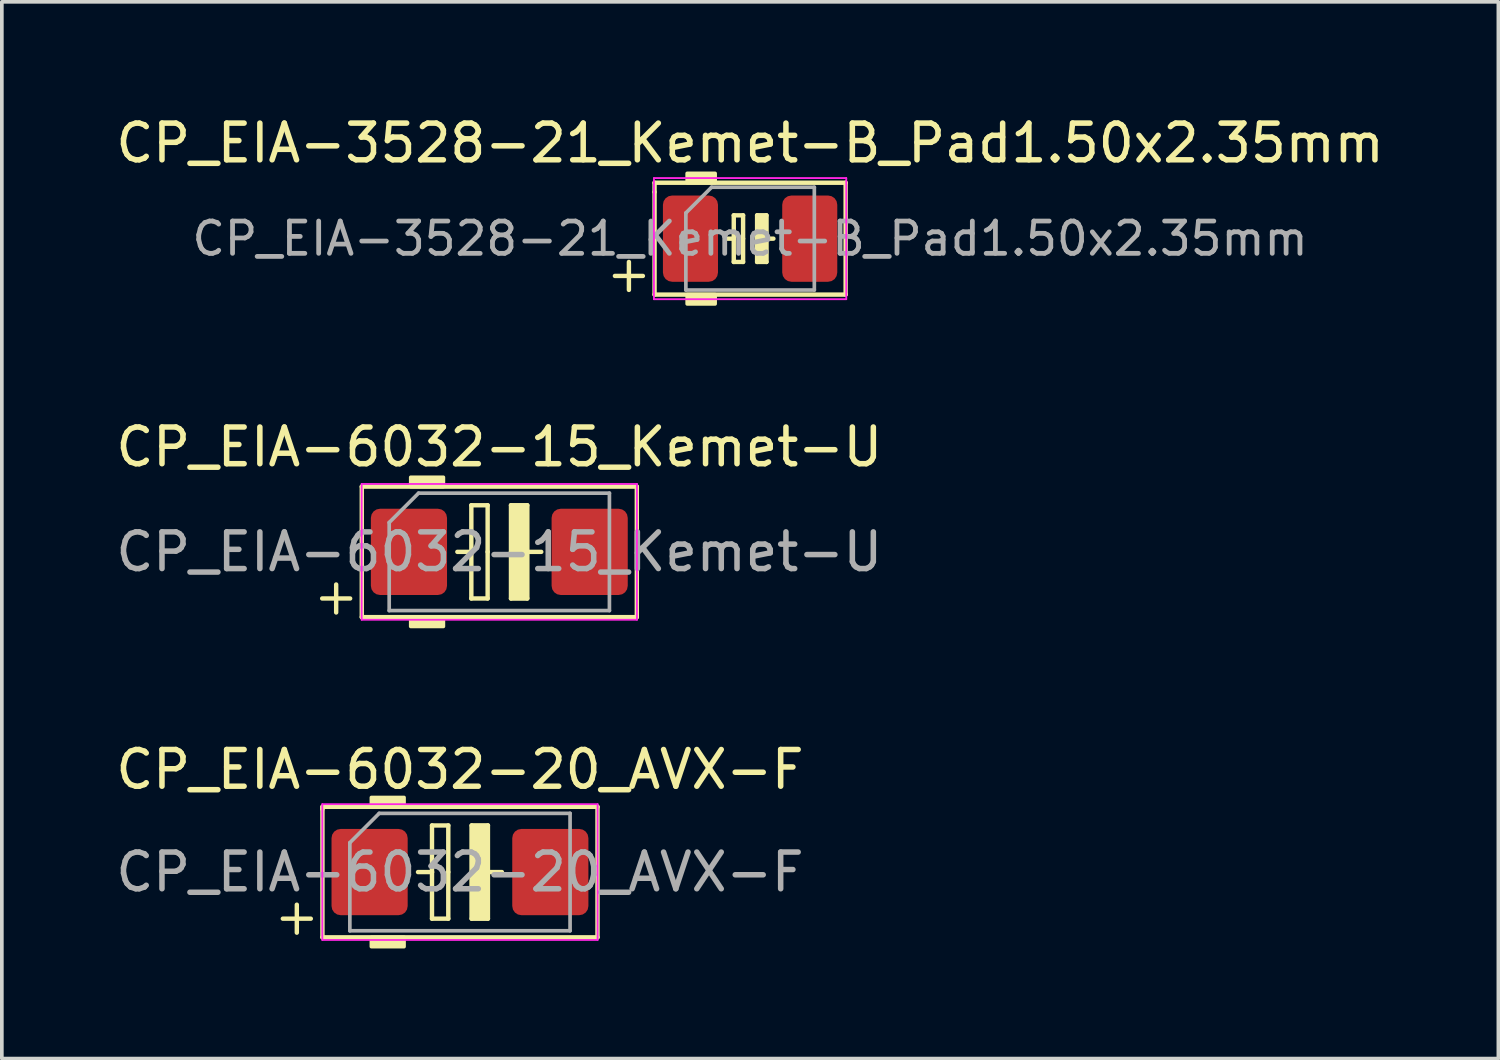
<source format=kicad_pcb>
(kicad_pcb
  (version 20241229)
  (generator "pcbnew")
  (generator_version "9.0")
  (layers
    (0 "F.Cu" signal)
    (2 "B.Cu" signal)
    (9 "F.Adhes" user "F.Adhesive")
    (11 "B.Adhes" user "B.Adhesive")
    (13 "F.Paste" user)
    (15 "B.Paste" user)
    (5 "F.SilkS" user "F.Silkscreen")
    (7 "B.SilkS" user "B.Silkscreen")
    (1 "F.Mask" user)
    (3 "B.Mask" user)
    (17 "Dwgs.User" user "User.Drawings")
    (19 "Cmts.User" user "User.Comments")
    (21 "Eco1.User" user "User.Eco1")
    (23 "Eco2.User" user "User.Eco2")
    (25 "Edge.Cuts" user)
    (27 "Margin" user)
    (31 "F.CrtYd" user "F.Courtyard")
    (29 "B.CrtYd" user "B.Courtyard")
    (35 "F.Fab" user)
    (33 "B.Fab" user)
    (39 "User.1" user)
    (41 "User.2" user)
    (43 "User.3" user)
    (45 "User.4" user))
  (footprint "CP_EIA-6032-20_AVX-F"
    (layer "F.Cu")
    (at 9.482 20.71)
    (property "Reference" "CP_EIA-6032-20_AVX-F" (at 0 -2.794 0) (layer "F.SilkS") (effects (font (size 1 1) (thickness 0.15))))
    (attr smd)
    (fp_line (start -4.826 1.27) (end -4.064 1.27) (stroke (width 0.12) (type solid)) (layer "F.SilkS"))
    (fp_line (start -4.445 0.889) (end -4.445 1.651) (stroke (width 0.12) (type solid)) (layer "F.SilkS"))
    (fp_line (start -3.747 -1.778) (end -3.747 -1.714) (stroke (width 0.12) (type solid)) (layer "F.SilkS"))
    (fp_line (start -3.747 -1.714) (end -3.747 1.778) (stroke (width 0.12) (type solid)) (layer "F.SilkS"))
    (fp_line (start -3.747 1.778) (end 3.747 1.778) (stroke (width 0.12) (type solid)) (layer "F.SilkS"))
    (fp_line (start -0.762 -1.27) (end -0.762 0) (stroke (width 0.12) (type solid)) (layer "F.SilkS"))
    (fp_line (start -0.762 0) (end -1.143 0) (stroke (width 0.12) (type solid)) (layer "F.SilkS"))
    (fp_line (start -0.762 1.27) (end -0.762 0) (stroke (width 0.12) (type solid)) (layer "F.SilkS"))
    (fp_line (start -0.318 -1.27) (end -0.762 -1.27) (stroke (width 0.12) (type solid)) (layer "F.SilkS"))
    (fp_line (start -0.318 -1.27) (end -0.318 0) (stroke (width 0.12) (type solid)) (layer "F.SilkS"))
    (fp_line (start -0.318 1.27) (end -0.762 1.27) (stroke (width 0.12) (type solid)) (layer "F.SilkS"))
    (fp_line (start -0.318 1.27) (end -0.318 0) (stroke (width 0.12) (type solid)) (layer "F.SilkS"))
    (fp_line (start 0.318 -1.27) (end 0.318 0) (stroke (width 0.12) (type solid)) (layer "F.SilkS"))
    (fp_line (start 0.318 1.27) (end 0.318 0) (stroke (width 0.12) (type solid)) (layer "F.SilkS"))
    (fp_line (start 0.762 -1.27) (end 0.318 -1.27) (stroke (width 0.12) (type solid)) (layer "F.SilkS"))
    (fp_line (start 0.762 -1.27) (end 0.762 0) (stroke (width 0.12) (type solid)) (layer "F.SilkS"))
    (fp_line (start 0.762 0) (end 1.143 0) (stroke (width 0.12) (type solid)) (layer "F.SilkS"))
    (fp_line (start 0.762 1.27) (end 0.318 1.27) (stroke (width 0.12) (type solid)) (layer "F.SilkS"))
    (fp_line (start 0.762 1.27) (end 0.762 0) (stroke (width 0.12) (type solid)) (layer "F.SilkS"))
    (fp_line (start 3.747 -1.778) (end -3.747 -1.778) (stroke (width 0.12) (type solid)) (layer "F.SilkS"))
    (fp_line (start 3.747 1.778) (end 3.747 -1.778) (stroke (width 0.12) (type solid)) (layer "F.SilkS"))
    (fp_poly (pts (xy -1.524 -1.778) (xy -2.413 -1.778) (xy -2.413 -2.032) (xy -1.524 -2.032)) (stroke (width 0.1) (type solid)) (fill yes) (layer "F.SilkS"))
    (fp_poly (pts (xy -1.524 2.032) (xy -2.413 2.032) (xy -2.413 1.778) (xy -1.524 1.778)) (stroke (width 0.1) (type solid)) (fill yes) (layer "F.SilkS"))
    (fp_poly (pts (xy 0.762 1.27) (xy 0.318 1.27) (xy 0.318 -1.27) (xy 0.762 -1.27)) (stroke (width 0.1) (type solid)) (fill yes) (layer "F.SilkS"))
    (fp_line (start -3.75 -1.85) (end 3.75 -1.85) (stroke (width 0.05) (type solid)) (layer "F.CrtYd"))
    (fp_line (start -3.75 1.85) (end -3.75 -1.85) (stroke (width 0.05) (type solid)) (layer "F.CrtYd"))
    (fp_line (start 3.75 -1.85) (end 3.75 1.85) (stroke (width 0.05) (type solid)) (layer "F.CrtYd"))
    (fp_line (start 3.75 1.85) (end -3.75 1.85) (stroke (width 0.05) (type solid)) (layer "F.CrtYd"))
    (fp_line (start -3 -0.8) (end -3 1.6) (stroke (width 0.1) (type solid)) (layer "F.Fab"))
    (fp_line (start -3 1.6) (end 3 1.6) (stroke (width 0.1) (type solid)) (layer "F.Fab"))
    (fp_line (start -2.2 -1.6) (end -3 -0.8) (stroke (width 0.1) (type solid)) (layer "F.Fab"))
    (fp_line (start 3 -1.6) (end -2.2 -1.6) (stroke (width 0.1) (type solid)) (layer "F.Fab"))
    (fp_line (start 3 1.6) (end 3 -1.6) (stroke (width 0.1) (type solid)) (layer "F.Fab"))
    (fp_text user "${REFERENCE}" (at 0 0 0) (layer "F.Fab") (effects (font (size 1 1) (thickness 0.15))))
    (pad "1" smd roundrect (at -2.462 0) (size 2.075 2.35) (layers "F.Cu" "F.Mask" "F.Paste") (roundrect_rratio 0.12))
    (pad "2" smd roundrect (at 2.462 0) (size 2.075 2.35) (layers "F.Cu" "F.Mask" "F.Paste") (roundrect_rratio 0.12)))
  (footprint "CP_EIA-6032-15_Kemet-U"
    (layer "F.Cu")
    (at 10.554 11.986)
    (property "Reference" "CP_EIA-6032-15_Kemet-U" (at 0 -2.857 0) (layer "F.SilkS") (effects (font (size 1 1) (thickness 0.15))))
    (attr smd)
    (fp_line (start -4.826 1.27) (end -4.064 1.27) (stroke (width 0.12) (type solid)) (layer "F.SilkS"))
    (fp_line (start -4.445 0.889) (end -4.445 1.651) (stroke (width 0.12) (type solid)) (layer "F.SilkS"))
    (fp_line (start -3.747 -1.778) (end -3.747 -0.572) (stroke (width 0.12) (type solid)) (layer "F.SilkS"))
    (fp_line (start -3.747 -0.572) (end -3.747 1.778) (stroke (width 0.12) (type solid)) (layer "F.SilkS"))
    (fp_line (start -3.747 1.778) (end 3.747 1.778) (stroke (width 0.12) (type solid)) (layer "F.SilkS"))
    (fp_line (start -0.762 -1.27) (end -0.762 0) (stroke (width 0.12) (type solid)) (layer "F.SilkS"))
    (fp_line (start -0.762 0) (end -1.143 0) (stroke (width 0.12) (type solid)) (layer "F.SilkS"))
    (fp_line (start -0.762 1.27) (end -0.762 0) (stroke (width 0.12) (type solid)) (layer "F.SilkS"))
    (fp_line (start -0.318 -1.27) (end -0.762 -1.27) (stroke (width 0.12) (type solid)) (layer "F.SilkS"))
    (fp_line (start -0.318 -1.27) (end -0.318 0) (stroke (width 0.12) (type solid)) (layer "F.SilkS"))
    (fp_line (start -0.318 1.27) (end -0.762 1.27) (stroke (width 0.12) (type solid)) (layer "F.SilkS"))
    (fp_line (start -0.318 1.27) (end -0.318 0) (stroke (width 0.12) (type solid)) (layer "F.SilkS"))
    (fp_line (start 0.318 -1.27) (end 0.318 0) (stroke (width 0.12) (type solid)) (layer "F.SilkS"))
    (fp_line (start 0.318 1.27) (end 0.318 0) (stroke (width 0.12) (type solid)) (layer "F.SilkS"))
    (fp_line (start 0.762 -1.27) (end 0.318 -1.27) (stroke (width 0.12) (type solid)) (layer "F.SilkS"))
    (fp_line (start 0.762 -1.27) (end 0.762 0) (stroke (width 0.12) (type solid)) (layer "F.SilkS"))
    (fp_line (start 0.762 0) (end 1.143 0) (stroke (width 0.12) (type solid)) (layer "F.SilkS"))
    (fp_line (start 0.762 1.27) (end 0.318 1.27) (stroke (width 0.12) (type solid)) (layer "F.SilkS"))
    (fp_line (start 0.762 1.27) (end 0.762 0) (stroke (width 0.12) (type solid)) (layer "F.SilkS"))
    (fp_line (start 3.747 -1.778) (end -3.747 -1.778) (stroke (width 0.12) (type solid)) (layer "F.SilkS"))
    (fp_line (start 3.747 1.778) (end 3.747 -1.778) (stroke (width 0.12) (type solid)) (layer "F.SilkS"))
    (fp_poly (pts (xy -1.524 -1.778) (xy -2.413 -1.778) (xy -2.413 -2.032) (xy -1.524 -2.032)) (stroke (width 0.1) (type solid)) (fill yes) (layer "F.SilkS"))
    (fp_poly (pts (xy -1.524 2.032) (xy -2.413 2.032) (xy -2.413 1.778) (xy -1.524 1.778)) (stroke (width 0.1) (type solid)) (fill yes) (layer "F.SilkS"))
    (fp_poly (pts (xy 0.762 1.27) (xy 0.318 1.27) (xy 0.318 -1.27) (xy 0.762 -1.27)) (stroke (width 0.1) (type solid)) (fill yes) (layer "F.SilkS"))
    (fp_line (start -3.75 -1.85) (end 3.75 -1.85) (stroke (width 0.05) (type solid)) (layer "F.CrtYd"))
    (fp_line (start -3.75 1.85) (end -3.75 -1.85) (stroke (width 0.05) (type solid)) (layer "F.CrtYd"))
    (fp_line (start 3.75 -1.85) (end 3.75 1.85) (stroke (width 0.05) (type solid)) (layer "F.CrtYd"))
    (fp_line (start 3.75 1.85) (end -3.75 1.85) (stroke (width 0.05) (type solid)) (layer "F.CrtYd"))
    (fp_line (start -3 -0.8) (end -3 1.6) (stroke (width 0.1) (type solid)) (layer "F.Fab"))
    (fp_line (start -3 1.6) (end 3 1.6) (stroke (width 0.1) (type solid)) (layer "F.Fab"))
    (fp_line (start -2.2 -1.6) (end -3 -0.8) (stroke (width 0.1) (type solid)) (layer "F.Fab"))
    (fp_line (start 3 -1.6) (end -2.2 -1.6) (stroke (width 0.1) (type solid)) (layer "F.Fab"))
    (fp_line (start 3 1.6) (end 3 -1.6) (stroke (width 0.1) (type solid)) (layer "F.Fab"))
    (fp_text user "${REFERENCE}" (at 0 0 0) (layer "F.Fab") (effects (font (size 1 1) (thickness 0.15))))
    (pad "1" smd roundrect (at -2.462 0) (size 2.075 2.35) (layers "F.Cu" "F.Mask" "F.Paste") (roundrect_rratio 0.12))
    (pad "2" smd roundrect (at 2.462 0) (size 2.075 2.35) (layers "F.Cu" "F.Mask" "F.Paste") (roundrect_rratio 0.12)))
  (footprint "CP_EIA-3528-21_Kemet-B_Pad1.50x2.35mm"
    (layer "F.Cu")
    (at 17.387 3.452)
    (property "Reference" "CP_EIA-3528-21_Kemet-B_Pad1.50x2.35mm" (at 0 -2.603 0) (layer "F.SilkS") (effects (font (size 1 1) (thickness 0.15))))
    (attr smd)
    (fp_line (start -3.683 1.016) (end -2.921 1.016) (stroke (width 0.12) (type solid)) (layer "F.SilkS"))
    (fp_line (start -3.302 0.635) (end -3.302 1.397) (stroke (width 0.12) (type solid)) (layer "F.SilkS"))
    (fp_line (start -2.603 -1.524) (end -2.603 -1.27) (stroke (width 0.12) (type solid)) (layer "F.SilkS"))
    (fp_line (start -2.603 -1.27) (end -2.603 1.524) (stroke (width 0.12) (type solid)) (layer "F.SilkS"))
    (fp_line (start -2.603 1.524) (end 2.603 1.524) (stroke (width 0.12) (type solid)) (layer "F.SilkS"))
    (fp_line (start -0.445 -0.635) (end -0.445 0) (stroke (width 0.12) (type solid)) (layer "F.SilkS"))
    (fp_line (start -0.445 -0.635) (end -0.191 -0.635) (stroke (width 0.12) (type solid)) (layer "F.SilkS"))
    (fp_line (start -0.445 0) (end -0.635 0) (stroke (width 0.12) (type solid)) (layer "F.SilkS"))
    (fp_line (start -0.445 0.635) (end -0.445 0) (stroke (width 0.12) (type solid)) (layer "F.SilkS"))
    (fp_line (start -0.191 -0.635) (end -0.191 0) (stroke (width 0.12) (type solid)) (layer "F.SilkS"))
    (fp_line (start -0.191 0.635) (end -0.445 0.635) (stroke (width 0.12) (type solid)) (layer "F.SilkS"))
    (fp_line (start -0.191 0.635) (end -0.191 0) (stroke (width 0.12) (type solid)) (layer "F.SilkS"))
    (fp_line (start 0.191 -0.635) (end 0.191 0) (stroke (width 0.12) (type solid)) (layer "F.SilkS"))
    (fp_line (start 0.191 -0.635) (end 0.445 -0.635) (stroke (width 0.12) (type solid)) (layer "F.SilkS"))
    (fp_line (start 0.191 0.635) (end 0.191 0) (stroke (width 0.12) (type solid)) (layer "F.SilkS"))
    (fp_line (start 0.445 -0.635) (end 0.445 0) (stroke (width 0.12) (type solid)) (layer "F.SilkS"))
    (fp_line (start 0.445 0) (end 0.635 0) (stroke (width 0.12) (type solid)) (layer "F.SilkS"))
    (fp_line (start 0.445 0.635) (end 0.191 0.635) (stroke (width 0.12) (type solid)) (layer "F.SilkS"))
    (fp_line (start 0.445 0.635) (end 0.445 0) (stroke (width 0.12) (type solid)) (layer "F.SilkS"))
    (fp_line (start 2.603 -1.524) (end -2.603 -1.524) (stroke (width 0.12) (type solid)) (layer "F.SilkS"))
    (fp_line (start 2.603 1.524) (end 2.603 -1.524) (stroke (width 0.12) (type solid)) (layer "F.SilkS"))
    (fp_poly (pts (xy -0.953 -1.524) (xy -1.714 -1.524) (xy -1.714 -1.778) (xy -0.953 -1.778)) (stroke (width 0.1) (type solid)) (fill yes) (layer "F.SilkS"))
    (fp_poly (pts (xy -0.953 1.778) (xy -1.714 1.778) (xy -1.714 1.524) (xy -0.953 1.524)) (stroke (width 0.1) (type solid)) (fill yes) (layer "F.SilkS"))
    (fp_poly (pts (xy 0.445 0.635) (xy 0.191 0.635) (xy 0.191 -0.635) (xy 0.445 -0.635)) (stroke (width 0.1) (type solid)) (fill yes) (layer "F.SilkS"))
    (fp_line (start -2.62 -1.65) (end 2.62 -1.65) (stroke (width 0.05) (type solid)) (layer "F.CrtYd"))
    (fp_line (start -2.62 1.65) (end -2.62 -1.65) (stroke (width 0.05) (type solid)) (layer "F.CrtYd"))
    (fp_line (start 2.62 -1.65) (end 2.62 1.65) (stroke (width 0.05) (type solid)) (layer "F.CrtYd"))
    (fp_line (start 2.62 1.65) (end -2.62 1.65) (stroke (width 0.05) (type solid)) (layer "F.CrtYd"))
    (fp_line (start -1.75 -0.7) (end -1.75 1.4) (stroke (width 0.1) (type solid)) (layer "F.Fab"))
    (fp_line (start -1.75 1.4) (end 1.75 1.4) (stroke (width 0.1) (type solid)) (layer "F.Fab"))
    (fp_line (start -1.05 -1.4) (end -1.75 -0.7) (stroke (width 0.1) (type solid)) (layer "F.Fab"))
    (fp_line (start 1.75 -1.4) (end -1.05 -1.4) (stroke (width 0.1) (type solid)) (layer "F.Fab"))
    (fp_line (start 1.75 1.4) (end 1.75 -1.4) (stroke (width 0.1) (type solid)) (layer "F.Fab"))
    (fp_text user "${REFERENCE}" (at 0 0 0) (layer "F.Fab") (effects (font (size 0.88 0.88) (thickness 0.13))))
    (pad "1" smd roundrect (at -1.625 0) (size 1.5 2.35) (layers "F.Cu" "F.Mask" "F.Paste") (roundrect_rratio 0.167))
    (pad "2" smd roundrect (at 1.625 0) (size 1.5 2.35) (layers "F.Cu" "F.Mask" "F.Paste") (roundrect_rratio 0.167)))
  (gr_rect
    (start -3 -3)
    (end 37.774 25.792)
    (stroke (width 0.1) (type default))
    (fill no)
    (layer "Edge.Cuts")))
</source>
